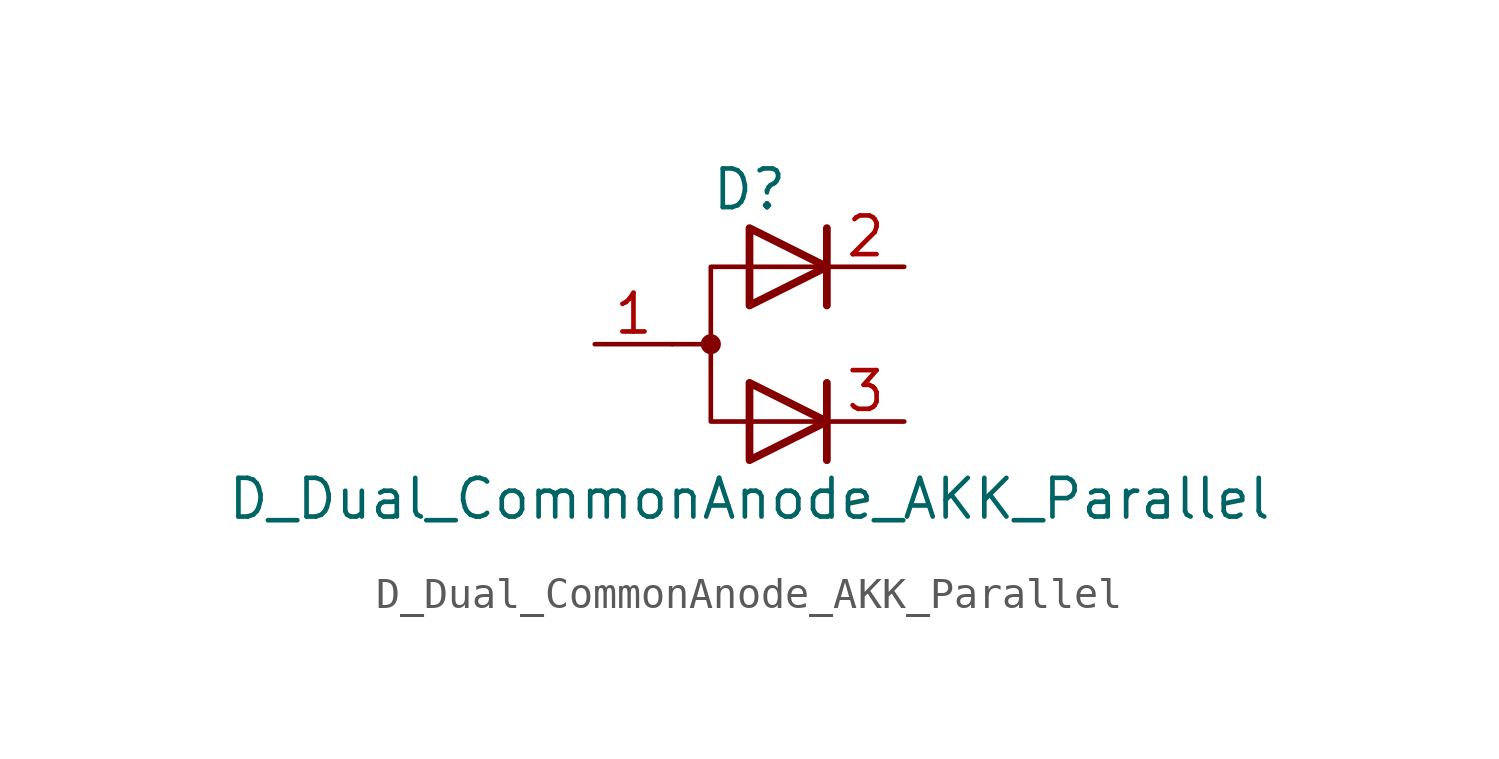
<source format=kicad_sym>
(kicad_symbol_lib
  (version 20241209)
  (generator "kicad_symbol_editor")
  (generator_version "9.0")
  (symbol "D_Dual_CommonAnode_AKK_Parallel"
    (pin_names
      (offset 0.762)
      (hide yes))
    (property "Reference" "D"
      (at 0 5.08 0)
      (effects (font (size 1.27 1.27))))
    (property "Value" "D_Dual_CommonAnode_AKK_Parallel"
      (at 0 -5.08 0)
      (effects (font (size 1.27 1.27))))
    (symbol "D_Dual_CommonAnode_AKK_Parallel_0_0"
      (polyline (pts (xy 2.54 3.81) (xy 2.54 1.27)) (stroke (width 0.254) (type solid)) (fill (type none)))
      (polyline (pts (xy 2.54 -1.27) (xy 2.54 -3.81)) (stroke (width 0.254) (type solid)) (fill (type none))))
    (symbol "D_Dual_CommonAnode_AKK_Parallel_0_1"
      (circle (center -1.27 0) (radius 0.254) (stroke (width 0) (type solid)) (fill (type outline)))
      (polyline (pts (xy -1.27 0) (xy -2.54 0)) (stroke (width 0) (type solid)) (fill (type none)))
      (polyline (pts (xy 0 3.81) (xy 2.54 2.54) (xy 0 1.27) (xy 0 3.81) (xy 0 3.81) (xy 0 3.81)) (stroke (width 0.254) (type solid)) (fill (type none)))
      (polyline (pts (xy 0 -1.27) (xy 2.54 -2.54) (xy 0 -3.81) (xy 0 -1.27) (xy 0 -1.27) (xy 0 -1.27)) (stroke (width 0.254) (type solid)) (fill (type none)))
      (polyline (pts (xy 2.54 2.54) (xy -1.27 2.54) (xy -1.27 -2.54) (xy 2.54 -2.54)) (stroke (width 0) (type solid)) (fill (type none)))
      (pin passive line (at -5.08 0 0) (length 2.54) (name "A" (effects (font (size 1.27 1.27)))) (number "1" (effects (font (size 1.27 1.27)))))
      (pin passive line (at 5.08 2.54 180) (length 2.54) (name "K" (effects (font (size 1.27 1.27)))) (number "2" (effects (font (size 1.27 1.27)))))
      (pin passive line (at 5.08 -2.54 180) (length 2.54) (name "K" (effects (font (size 1.27 1.27)))) (number "3" (effects (font (size 1.27 1.27))))))))
</source>
